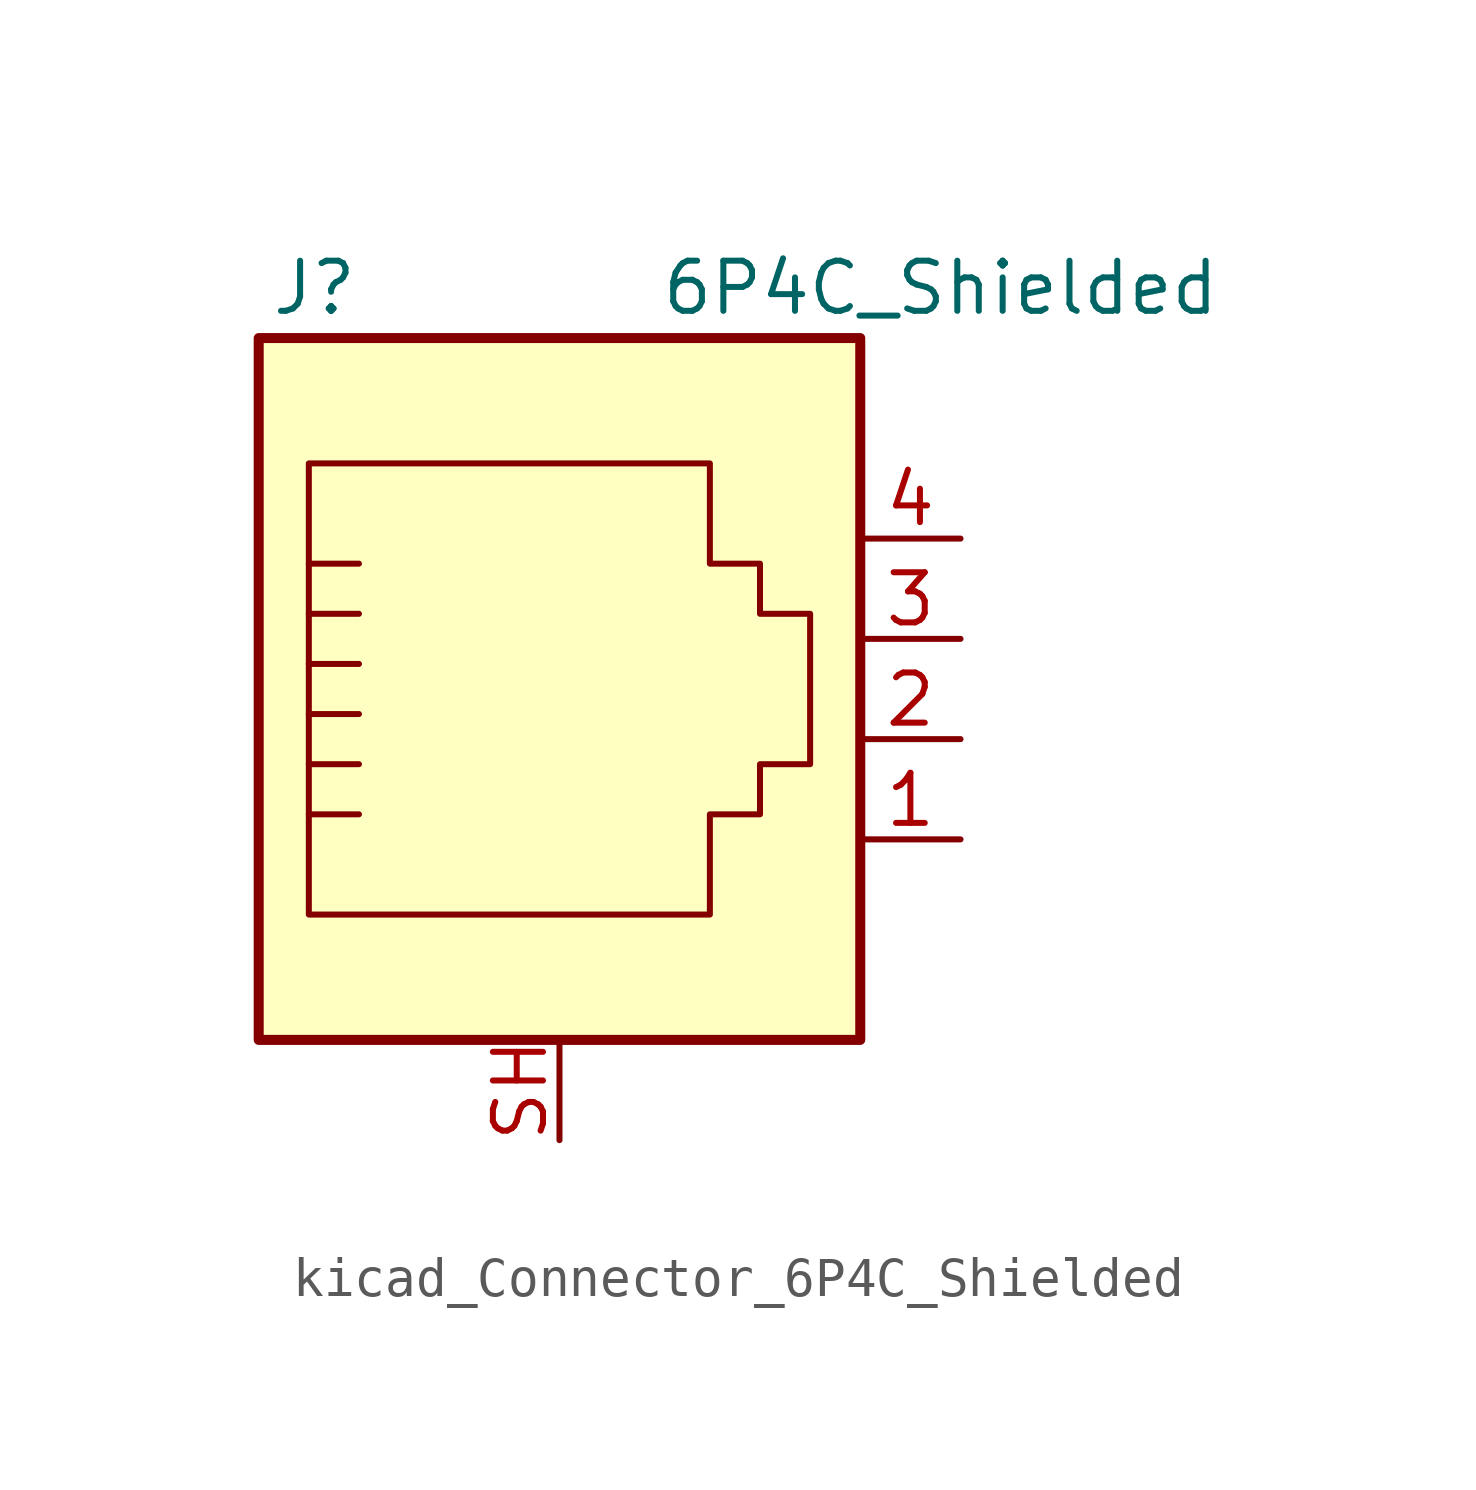
<source format=kicad_sym>
(kicad_symbol_lib
  (version 20220914)
  (generator kicad_symbol_editor)
  (symbol "kicad_Connector_6P4C_Shielded"
    (pin_names
      (offset 1.016))
    (property "Reference" "J"
      (at -5.08 11.43 0)
      (effects (font (size 1.27 1.27)) (justify right)))
    (property "Value" "6P4C_Shielded"
      (at 2.54 11.43 0)
      (effects (font (size 1.27 1.27)) (justify left)))
    (symbol "kicad_Connector_6P4C_Shielded_0_1"
      (polyline (pts (xy -6.35 -1.905) (xy -5.08 -1.905) (xy -5.08 -1.905)) (stroke (width 0) (type default)) (fill (type none)))
      (polyline (pts (xy -6.35 -0.635) (xy -5.08 -0.635) (xy -5.08 -0.635)) (stroke (width 0) (type default)) (fill (type none)))
      (polyline (pts (xy -6.35 0.635) (xy -5.08 0.635) (xy -5.08 0.635)) (stroke (width 0) (type default)) (fill (type none)))
      (polyline (pts (xy -6.35 1.905) (xy -5.08 1.905) (xy -5.08 1.905)) (stroke (width 0) (type default)) (fill (type none)))
      (polyline (pts (xy -6.35 3.175) (xy -5.08 3.175) (xy -5.08 3.175)) (stroke (width 0) (type default)) (fill (type none)))
      (polyline (pts (xy -5.08 4.445) (xy -6.35 4.445) (xy -6.35 4.445)) (stroke (width 0) (type default)) (fill (type none)))
      (polyline (pts (xy -6.35 -4.445) (xy -6.35 6.985) (xy 3.81 6.985) (xy 3.81 4.445) (xy 5.08 4.445) (xy 5.08 3.175) (xy 6.35 3.175) (xy 6.35 -0.635) (xy 5.08 -0.635) (xy 5.08 -1.905) (xy 3.81 -1.905) (xy 3.81 -4.445) (xy -6.35 -4.445) (xy -6.35 -4.445)) (stroke (width 0) (type default)) (fill (type none)))
      (rectangle (start 7.62 10.16) (end -7.62 -7.62) (stroke (width 0.254) (type default)) (fill (type background))))
    (symbol "kicad_Connector_6P4C_Shielded_1_1"
      (pin passive line (at 10.16 -2.54 180) (length 2.54) (name "~" (effects (font (size 1.27 1.27)))) (number "1" (effects (font (size 1.27 1.27)))))
      (pin passive line (at 10.16 0 180) (length 2.54) (name "~" (effects (font (size 1.27 1.27)))) (number "2" (effects (font (size 1.27 1.27)))))
      (pin passive line (at 10.16 2.54 180) (length 2.54) (name "~" (effects (font (size 1.27 1.27)))) (number "3" (effects (font (size 1.27 1.27)))))
      (pin passive line (at 10.16 5.08 180) (length 2.54) (name "~" (effects (font (size 1.27 1.27)))) (number "4" (effects (font (size 1.27 1.27)))))
      (pin passive line (at 0 -10.16 90) (length 2.54) (name "~" (effects (font (size 1.27 1.27)))) (number "SH" (effects (font (size 1.27 1.27))))))))
</source>
